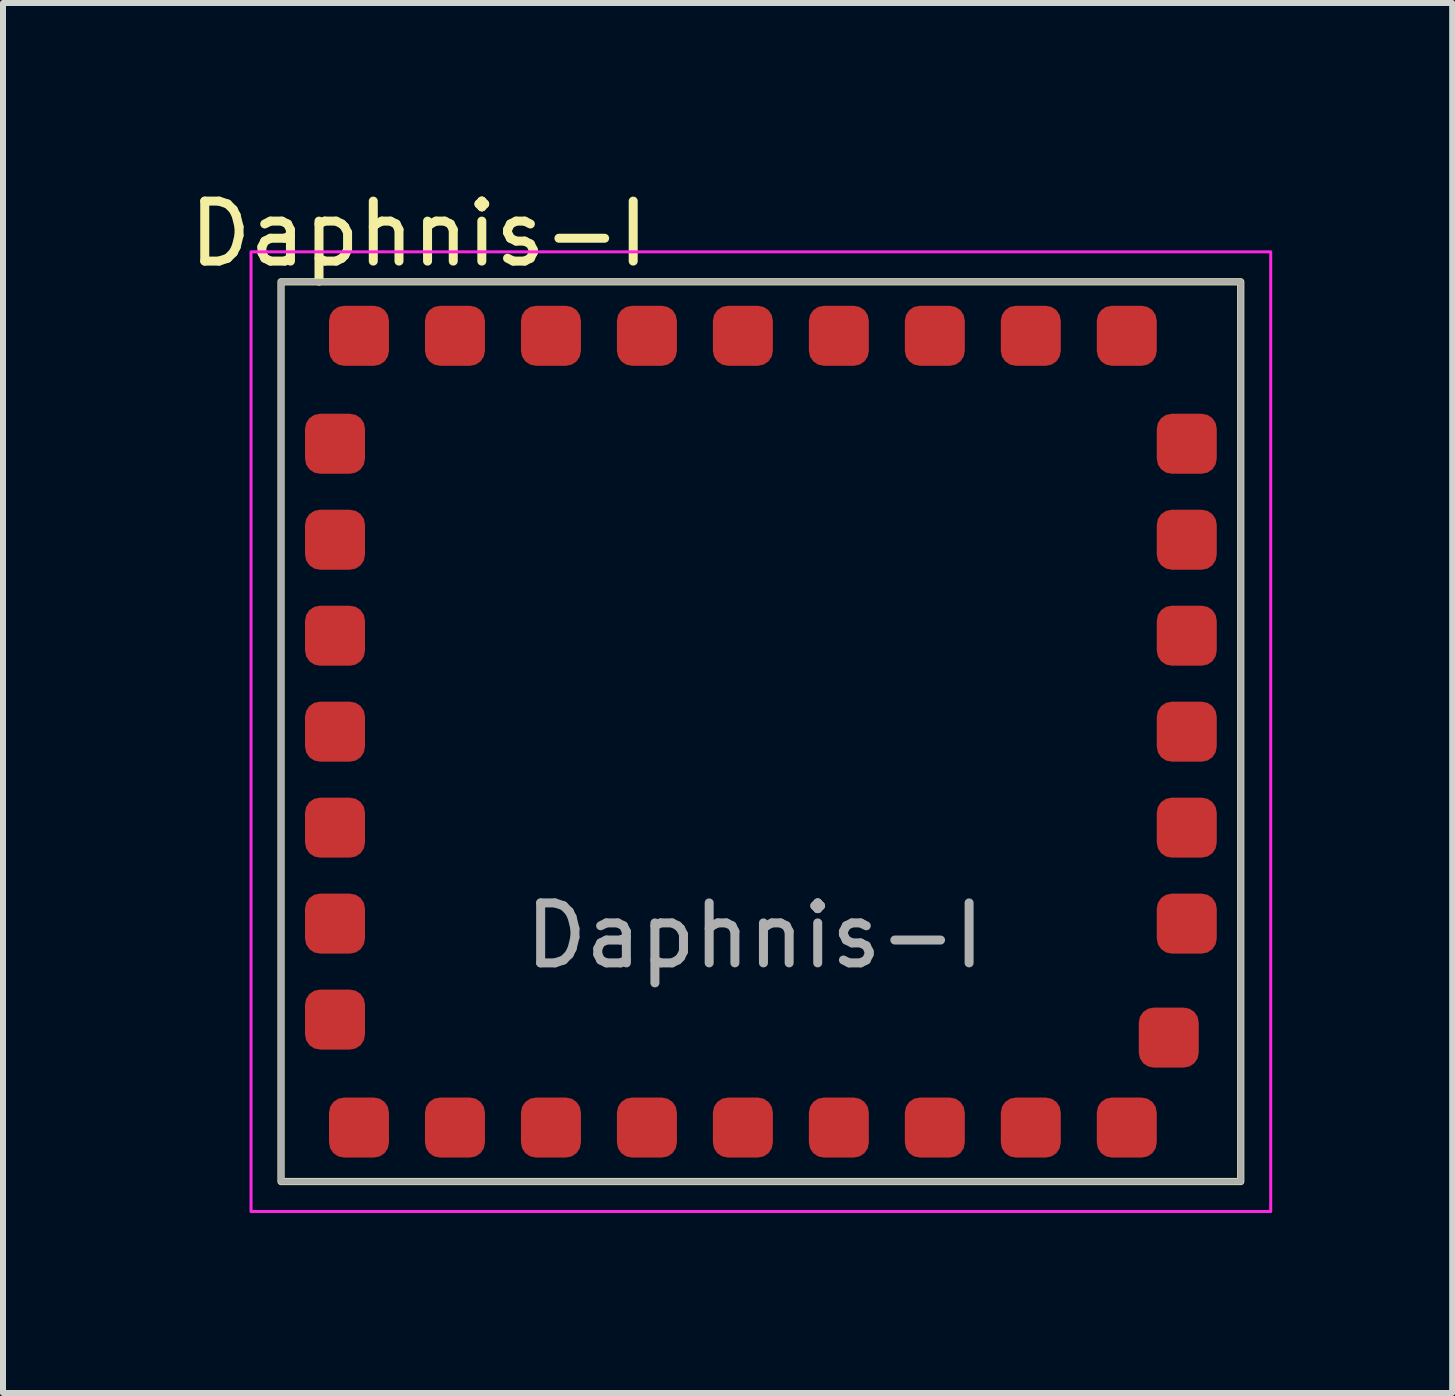
<source format=kicad_pcb>
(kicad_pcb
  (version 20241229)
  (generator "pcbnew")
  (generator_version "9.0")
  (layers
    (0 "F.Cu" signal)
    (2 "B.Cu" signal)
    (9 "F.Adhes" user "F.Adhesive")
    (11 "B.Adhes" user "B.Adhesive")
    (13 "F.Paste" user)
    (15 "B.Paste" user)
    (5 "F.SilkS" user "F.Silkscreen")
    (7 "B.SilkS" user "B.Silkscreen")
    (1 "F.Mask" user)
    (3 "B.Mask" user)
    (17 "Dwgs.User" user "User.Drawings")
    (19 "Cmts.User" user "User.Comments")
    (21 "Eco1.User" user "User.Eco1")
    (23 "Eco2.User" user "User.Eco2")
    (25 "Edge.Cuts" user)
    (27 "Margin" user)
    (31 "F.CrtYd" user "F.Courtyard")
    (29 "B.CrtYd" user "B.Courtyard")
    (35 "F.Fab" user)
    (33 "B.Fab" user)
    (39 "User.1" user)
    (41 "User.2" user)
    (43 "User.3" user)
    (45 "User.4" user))
  (footprint "Daphnis-I"
    (layer "F.Cu")
    (at 1.635 1.648)
    (property "Reference" "Daphnis-I" (at 2.3 -0.8 0) (unlocked yes) (layer "F.SilkS") (effects (font (size 1 1) (thickness 0.15))))
    (attr smd)
    (fp_rect (start 0 0) (end 16 15) (stroke (width 0.12) (type default)) (fill no) (layer "F.SilkS"))
    (fp_rect (start -0.5 -0.5) (end 16.5 15.5) (stroke (width 0.05) (type default)) (fill no) (layer "F.CrtYd"))
    (fp_rect (start 0 0) (end 16 15) (stroke (width 0.1) (type default)) (fill no) (layer "F.Fab"))
    (fp_text user "${REFERENCE}" (at 7.9 10.9 0) (unlocked yes) (layer "F.Fab") (effects (font (size 1 1) (thickness 0.15))))
    (pad "1" smd roundrect (at 1.3 14.1) (size 1 1) (layers "F.Cu" "F.Mask" "F.Paste") (roundrect_rratio 0.25))
    (pad "2" smd roundrect (at 2.9 14.1) (size 1 1) (layers "F.Cu" "F.Mask" "F.Paste") (roundrect_rratio 0.25))
    (pad "3" smd roundrect (at 4.5 14.1) (size 1 1) (layers "F.Cu" "F.Mask" "F.Paste") (roundrect_rratio 0.25))
    (pad "4" smd roundrect (at 6.1 14.1) (size 1 1) (layers "F.Cu" "F.Mask" "F.Paste") (roundrect_rratio 0.25))
    (pad "5" smd roundrect (at 7.7 14.1 90) (size 1 1) (layers "F.Cu" "F.Mask" "F.Paste") (roundrect_rratio 0.25))
    (pad "6" smd roundrect (at 9.3 14.1) (size 1 1) (layers "F.Cu" "F.Mask" "F.Paste") (roundrect_rratio 0.25))
    (pad "7" smd roundrect (at 10.9 14.1) (size 1 1) (layers "F.Cu" "F.Mask" "F.Paste") (roundrect_rratio 0.25))
    (pad "8" smd roundrect (at 12.5 14.1) (size 1 1) (layers "F.Cu" "F.Mask" "F.Paste") (roundrect_rratio 0.25))
    (pad "9" smd roundrect (at 14.1 14.1) (size 1 1) (layers "F.Cu" "F.Mask" "F.Paste") (roundrect_rratio 0.25))
    (pad "10" smd roundrect (at 14.8 12.6 90) (size 1 1) (layers "F.Cu" "F.Mask" "F.Paste") (roundrect_rratio 0.25))
    (pad "11" smd roundrect (at 15.1 10.7 90) (size 1 1) (layers "F.Cu" "F.Mask" "F.Paste") (roundrect_rratio 0.25))
    (pad "12" smd roundrect (at 15.1 9.1 90) (size 1 1) (layers "F.Cu" "F.Mask" "F.Paste") (roundrect_rratio 0.25))
    (pad "13" smd roundrect (at 15.1 7.5 90) (size 1 1) (layers "F.Cu" "F.Mask" "F.Paste") (roundrect_rratio 0.25))
    (pad "14" smd roundrect (at 15.1 5.9 90) (size 1 1) (layers "F.Cu" "F.Mask" "F.Paste") (roundrect_rratio 0.25))
    (pad "15" smd roundrect (at 15.1 4.3 90) (size 1 1) (layers "F.Cu" "F.Mask" "F.Paste") (roundrect_rratio 0.25))
    (pad "16" smd roundrect (at 15.1 2.7 90) (size 1 1) (layers "F.Cu" "F.Mask" "F.Paste") (roundrect_rratio 0.25))
    (pad "17" smd roundrect (at 14.1 0.9) (size 1 1) (layers "F.Cu" "F.Mask" "F.Paste") (roundrect_rratio 0.25))
    (pad "18" smd roundrect (at 12.5 0.9) (size 1 1) (layers "F.Cu" "F.Mask" "F.Paste") (roundrect_rratio 0.25))
    (pad "19" smd roundrect (at 10.9 0.9) (size 1 1) (layers "F.Cu" "F.Mask" "F.Paste") (roundrect_rratio 0.25))
    (pad "20" smd roundrect (at 9.3 0.9) (size 1 1) (layers "F.Cu" "F.Mask" "F.Paste") (roundrect_rratio 0.25))
    (pad "21" smd roundrect (at 7.7 0.9) (size 1 1) (layers "F.Cu" "F.Mask" "F.Paste") (roundrect_rratio 0.25))
    (pad "22" smd roundrect (at 6.1 0.9) (size 1 1) (layers "F.Cu" "F.Mask" "F.Paste") (roundrect_rratio 0.25))
    (pad "23" smd roundrect (at 4.5 0.9) (size 1 1) (layers "F.Cu" "F.Mask" "F.Paste") (roundrect_rratio 0.25))
    (pad "24" smd roundrect (at 2.9 0.9) (size 1 1) (layers "F.Cu" "F.Mask" "F.Paste") (roundrect_rratio 0.25))
    (pad "25" smd roundrect (at 1.3 0.9) (size 1 1) (layers "F.Cu" "F.Mask" "F.Paste") (roundrect_rratio 0.25))
    (pad "26" smd roundrect (at 0.9 2.7 90) (size 1 1) (layers "F.Cu" "F.Mask" "F.Paste") (roundrect_rratio 0.25))
    (pad "27" smd roundrect (at 0.9 4.3 90) (size 1 1) (layers "F.Cu" "F.Mask" "F.Paste") (roundrect_rratio 0.25))
    (pad "28" smd roundrect (at 0.9 5.9 90) (size 1 1) (layers "F.Cu" "F.Mask" "F.Paste") (roundrect_rratio 0.25))
    (pad "29" smd roundrect (at 0.9 7.5 90) (size 1 1) (layers "F.Cu" "F.Mask" "F.Paste") (roundrect_rratio 0.25))
    (pad "30" smd roundrect (at 0.9 9.1 90) (size 1 1) (layers "F.Cu" "F.Mask" "F.Paste") (roundrect_rratio 0.25))
    (pad "31" smd roundrect (at 0.9 10.7 90) (size 1 1) (layers "F.Cu" "F.Mask" "F.Paste") (roundrect_rratio 0.25))
    (pad "32" smd roundrect (at 0.9 12.3 90) (size 1 1) (layers "F.Cu" "F.Mask" "F.Paste") (roundrect_rratio 0.25)))
  (gr_rect
    (start -3 -3)
    (end 21.16 20.173)
    (stroke (width 0.1) (type default))
    (fill no)
    (layer "Edge.Cuts")))
</source>
